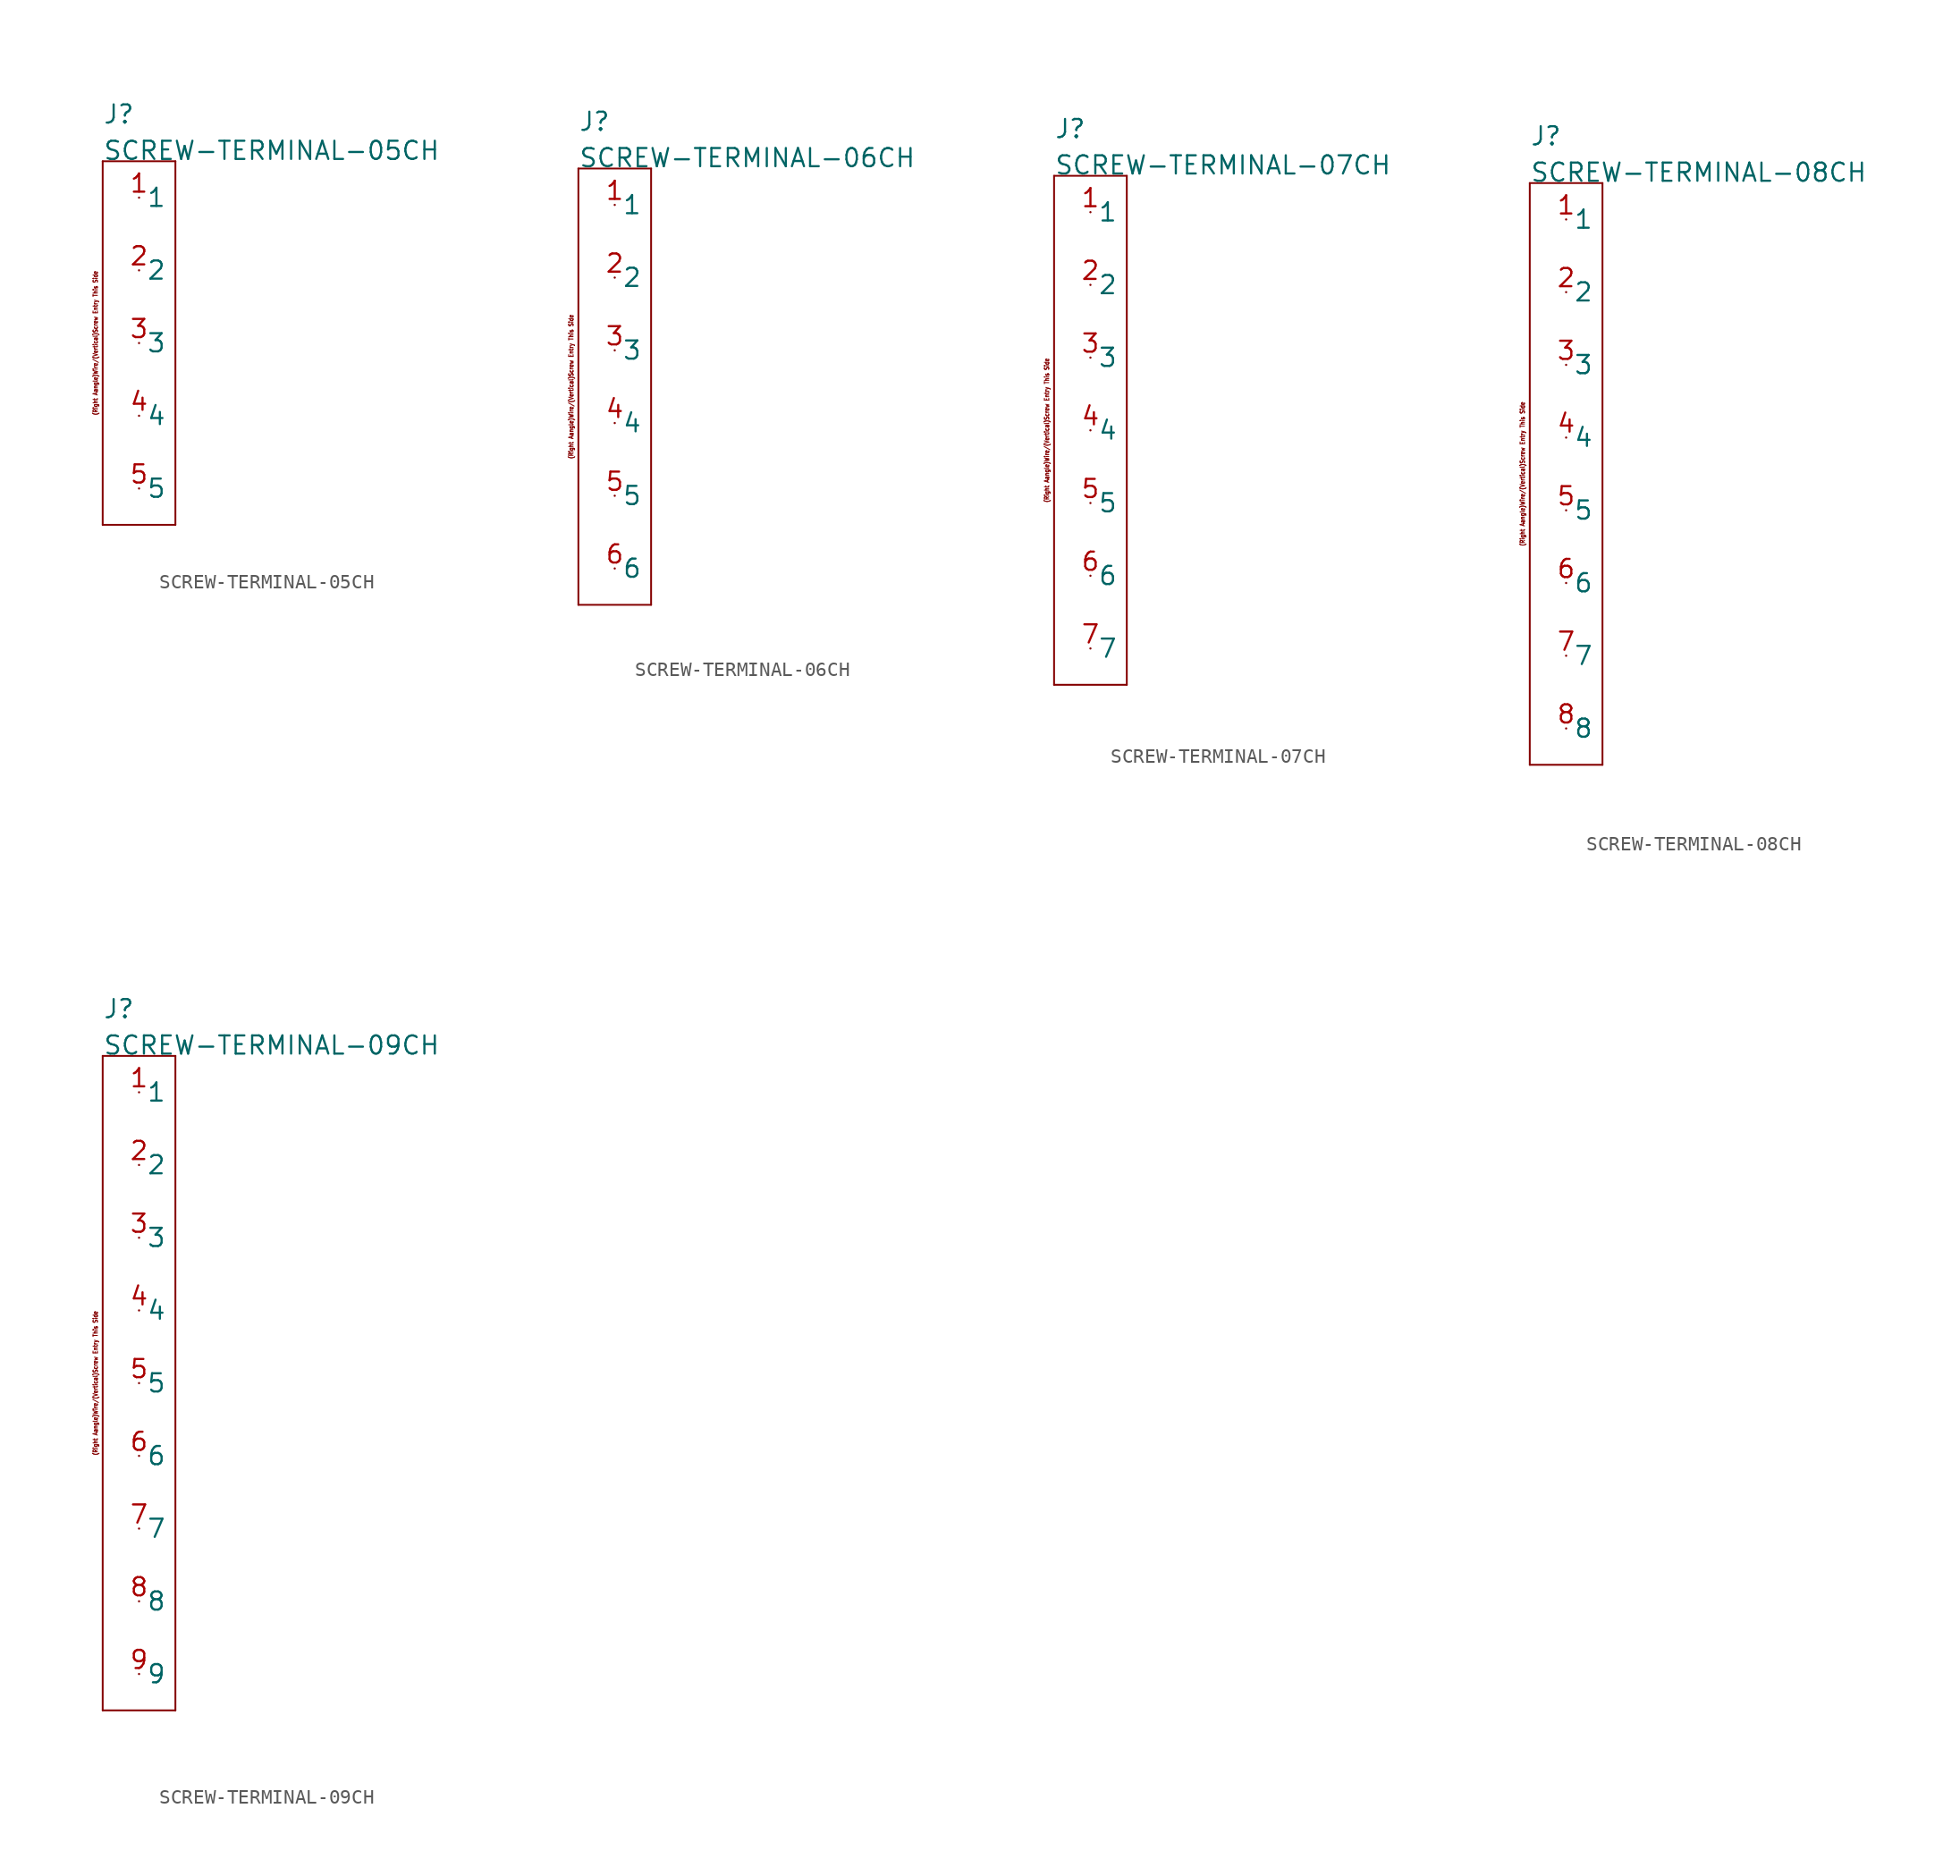
<source format=kicad_sym>
(kicad_symbol_lib
  (version 20211014)
  (generator kicad_symbol_editor)
  (symbol "SCREW-TERMINAL-05CH"
    (pin_names)
    (property "Reference" "J"
      (at -2.54 15.24 0)
      (effects (font (size 1.27 1.27)) (justify left bottom)))
    (property "Value" "SCREW-TERMINAL-05CH"
      (at -2.54 12.7 0)
      (effects (font (size 1.27 1.27)) (justify left bottom)))
    (property "Datasheet" ""
      (at 0 0 0))
    (property "ki_description" " Screw Terminal 1x5  - 5 Position Screw Terminal "
      (at 0 0 0))
    (property "ki_fp_filters" "FlashPCB_Connectors:PHX-1935190-THT-RA-5MM-5CH FlashPCB_Connectors:TE-282834-5-THT-RA-2_54MM-5CH"
      (at 0 0 0))
    (symbol "SCREW-TERMINAL-05CH_1_1"
      (text "(Right Aangle)Wire/(Vertical)Screw Entry This Side" (at -3.048 0 900) (effects (font (size 0.305 0.261))))
      (polyline (pts (xy -2.54 12.7) (xy 2.54 12.7)) (stroke (width 0.127)) (fill (type none)))
      (polyline (pts (xy 2.54 12.7) (xy 2.54 -12.7)) (stroke (width 0.127)) (fill (type none)))
      (polyline (pts (xy 2.54 -12.7) (xy -2.54 -12.7)) (stroke (width 0.127)) (fill (type none)))
      (polyline (pts (xy -2.54 -12.7) (xy -2.54 12.7)) (stroke (width 0.127)) (fill (type none)))
      (pin bidirectional line (at 0 10.16 0) (length 0) (name "1" (effects (font (size 1.27 1.27)))) (number "1" (effects (font (size 1.27 1.27)))))
      (pin bidirectional line (at 0 5.08 0) (length 0) (name "2" (effects (font (size 1.27 1.27)))) (number "2" (effects (font (size 1.27 1.27)))))
      (pin bidirectional line (at 0 0 0) (length 0) (name "3" (effects (font (size 1.27 1.27)))) (number "3" (effects (font (size 1.27 1.27)))))
      (pin bidirectional line (at 0 -5.08 0) (length 0) (name "4" (effects (font (size 1.27 1.27)))) (number "4" (effects (font (size 1.27 1.27)))))
      (pin bidirectional line (at 0 -10.16 0) (length 0) (name "5" (effects (font (size 1.27 1.27)))) (number "5" (effects (font (size 1.27 1.27)))))))
  (symbol "SCREW-TERMINAL-06CH"
    (pin_names)
    (property "Reference" "J"
      (at -2.54 17.78 0)
      (effects (font (size 1.27 1.27)) (justify left bottom)))
    (property "Value" "SCREW-TERMINAL-06CH"
      (at -2.54 15.24 0)
      (effects (font (size 1.27 1.27)) (justify left bottom)))
    (property "Datasheet" ""
      (at 0 0 0))
    (property "ki_description" " Screw Terminal 1x6  - 6 Position Screw Terminal "
      (at 0 0 0))
    (property "ki_fp_filters" "FlashPCB_Connectors:PHX-1935200-THT-RA-5MM-6CH FlashPCB_Connectors:TE-282834-6-THT-RA-2_54MM-6CH"
      (at 0 0 0))
    (symbol "SCREW-TERMINAL-06CH_1_1"
      (text "(Right Aangle)Wire/(Vertical)Screw Entry This Side" (at -3.048 0 900) (effects (font (size 0.305 0.261))))
      (polyline (pts (xy -2.54 15.24) (xy 2.54 15.24)) (stroke (width 0.127)) (fill (type none)))
      (polyline (pts (xy 2.54 15.24) (xy 2.54 -15.24)) (stroke (width 0.127)) (fill (type none)))
      (polyline (pts (xy 2.54 -15.24) (xy -2.54 -15.24)) (stroke (width 0.127)) (fill (type none)))
      (polyline (pts (xy -2.54 -15.24) (xy -2.54 15.24)) (stroke (width 0.127)) (fill (type none)))
      (pin bidirectional line (at 0 12.7 0) (length 0) (name "1" (effects (font (size 1.27 1.27)))) (number "1" (effects (font (size 1.27 1.27)))))
      (pin bidirectional line (at 0 7.62 0) (length 0) (name "2" (effects (font (size 1.27 1.27)))) (number "2" (effects (font (size 1.27 1.27)))))
      (pin bidirectional line (at 0 2.54 0) (length 0) (name "3" (effects (font (size 1.27 1.27)))) (number "3" (effects (font (size 1.27 1.27)))))
      (pin bidirectional line (at 0 -2.54 0) (length 0) (name "4" (effects (font (size 1.27 1.27)))) (number "4" (effects (font (size 1.27 1.27)))))
      (pin bidirectional line (at 0 -7.62 0) (length 0) (name "5" (effects (font (size 1.27 1.27)))) (number "5" (effects (font (size 1.27 1.27)))))
      (pin bidirectional line (at 0 -12.7 0) (length 0) (name "6" (effects (font (size 1.27 1.27)))) (number "6" (effects (font (size 1.27 1.27)))))))
  (symbol "SCREW-TERMINAL-07CH"
    (pin_names)
    (property "Reference" "J"
      (at -2.54 20.32 0)
      (effects (font (size 1.27 1.27)) (justify left bottom)))
    (property "Value" "SCREW-TERMINAL-07CH"
      (at -2.54 17.78 0)
      (effects (font (size 1.27 1.27)) (justify left bottom)))
    (property "Datasheet" ""
      (at 0 0 0))
    (property "ki_description" " Screw Terminal 1x7  - 7 Position Screw Terminal "
      (at 0 0 0))
    (property "ki_fp_filters" "FlashPCB_Connectors:PHX-1935213-THT-RA-5MM-7CH FlashPCB_Connectors:TE-282834-7-THT-RA-2_54MM-7CH"
      (at 0 0 0))
    (symbol "SCREW-TERMINAL-07CH_1_1"
      (text "(Right Aangle)Wire/(Vertical)Screw Entry This Side" (at -3.048 0 900) (effects (font (size 0.305 0.261))))
      (polyline (pts (xy -2.54 17.78) (xy 2.54 17.78)) (stroke (width 0.127)) (fill (type none)))
      (polyline (pts (xy 2.54 17.78) (xy 2.54 -17.78)) (stroke (width 0.127)) (fill (type none)))
      (polyline (pts (xy 2.54 -17.78) (xy -2.54 -17.78)) (stroke (width 0.127)) (fill (type none)))
      (polyline (pts (xy -2.54 -17.78) (xy -2.54 17.78)) (stroke (width 0.127)) (fill (type none)))
      (pin bidirectional line (at 0 15.24 0) (length 0) (name "1" (effects (font (size 1.27 1.27)))) (number "1" (effects (font (size 1.27 1.27)))))
      (pin bidirectional line (at 0 10.16 0) (length 0) (name "2" (effects (font (size 1.27 1.27)))) (number "2" (effects (font (size 1.27 1.27)))))
      (pin bidirectional line (at 0 5.08 0) (length 0) (name "3" (effects (font (size 1.27 1.27)))) (number "3" (effects (font (size 1.27 1.27)))))
      (pin bidirectional line (at 0 0 0) (length 0) (name "4" (effects (font (size 1.27 1.27)))) (number "4" (effects (font (size 1.27 1.27)))))
      (pin bidirectional line (at 0 -5.08 0) (length 0) (name "5" (effects (font (size 1.27 1.27)))) (number "5" (effects (font (size 1.27 1.27)))))
      (pin bidirectional line (at 0 -10.16 0) (length 0) (name "6" (effects (font (size 1.27 1.27)))) (number "6" (effects (font (size 1.27 1.27)))))
      (pin bidirectional line (at 0 -15.24 0) (length 0) (name "7" (effects (font (size 1.27 1.27)))) (number "7" (effects (font (size 1.27 1.27)))))))
  (symbol "SCREW-TERMINAL-08CH"
    (pin_names)
    (property "Reference" "J"
      (at -2.54 22.86 0)
      (effects (font (size 1.27 1.27)) (justify left bottom)))
    (property "Value" "SCREW-TERMINAL-08CH"
      (at -2.54 20.32 0)
      (effects (font (size 1.27 1.27)) (justify left bottom)))
    (property "Datasheet" ""
      (at 0 0 0))
    (property "ki_description" " Screw Terminal 1x8  - 8 Position Screw Terminal "
      (at 0 0 0))
    (property "ki_fp_filters" "FlashPCB_Connectors:PHX-1935226-THT-RA-5MM-8CH FlashPCB_Connectors:TE-282834-8-THT-RA-2_54MM-8CH"
      (at 0 0 0))
    (symbol "SCREW-TERMINAL-08CH_1_1"
      (text "(Right Aangle)Wire/(Vertical)Screw Entry This Side" (at -3.048 0 900) (effects (font (size 0.305 0.261))))
      (polyline (pts (xy -2.54 20.32) (xy 2.54 20.32)) (stroke (width 0.127)) (fill (type none)))
      (polyline (pts (xy 2.54 20.32) (xy 2.54 -20.32)) (stroke (width 0.127)) (fill (type none)))
      (polyline (pts (xy 2.54 -20.32) (xy -2.54 -20.32)) (stroke (width 0.127)) (fill (type none)))
      (polyline (pts (xy -2.54 -20.32) (xy -2.54 20.32)) (stroke (width 0.127)) (fill (type none)))
      (pin bidirectional line (at 0 17.78 0) (length 0) (name "1" (effects (font (size 1.27 1.27)))) (number "1" (effects (font (size 1.27 1.27)))))
      (pin bidirectional line (at 0 12.7 0) (length 0) (name "2" (effects (font (size 1.27 1.27)))) (number "2" (effects (font (size 1.27 1.27)))))
      (pin bidirectional line (at 0 7.62 0) (length 0) (name "3" (effects (font (size 1.27 1.27)))) (number "3" (effects (font (size 1.27 1.27)))))
      (pin bidirectional line (at 0 2.54 0) (length 0) (name "4" (effects (font (size 1.27 1.27)))) (number "4" (effects (font (size 1.27 1.27)))))
      (pin bidirectional line (at 0 -2.54 0) (length 0) (name "5" (effects (font (size 1.27 1.27)))) (number "5" (effects (font (size 1.27 1.27)))))
      (pin bidirectional line (at 0 -7.62 0) (length 0) (name "6" (effects (font (size 1.27 1.27)))) (number "6" (effects (font (size 1.27 1.27)))))
      (pin bidirectional line (at 0 -12.7 0) (length 0) (name "7" (effects (font (size 1.27 1.27)))) (number "7" (effects (font (size 1.27 1.27)))))
      (pin bidirectional line (at 0 -17.78 0) (length 0) (name "8" (effects (font (size 1.27 1.27)))) (number "8" (effects (font (size 1.27 1.27)))))))
  (symbol "SCREW-TERMINAL-09CH"
    (pin_names)
    (property "Reference" "J"
      (at -2.54 25.4 0)
      (effects (font (size 1.27 1.27)) (justify left bottom)))
    (property "Value" "SCREW-TERMINAL-09CH"
      (at -2.54 22.86 0)
      (effects (font (size 1.27 1.27)) (justify left bottom)))
    (property "Datasheet" ""
      (at 0 0 0))
    (property "ki_description" " Screw Terminal 1x9  - 9 Position Screw Terminal "
      (at 0 0 0))
    (property "ki_fp_filters" "FlashPCB_Connectors:PHX-1935239-THT-RA-5MM-9CH FlashPCB_Connectors:TE-282834-9-THT-RA-2_54MM-9CH"
      (at 0 0 0))
    (symbol "SCREW-TERMINAL-09CH_1_1"
      (text "(Right Aangle)Wire/(Vertical)Screw Entry This Side" (at -3.048 0 900) (effects (font (size 0.305 0.261))))
      (polyline (pts (xy -2.54 22.86) (xy 2.54 22.86)) (stroke (width 0.127)) (fill (type none)))
      (polyline (pts (xy 2.54 22.86) (xy 2.54 -22.86)) (stroke (width 0.127)) (fill (type none)))
      (polyline (pts (xy 2.54 -22.86) (xy -2.54 -22.86)) (stroke (width 0.127)) (fill (type none)))
      (polyline (pts (xy -2.54 -22.86) (xy -2.54 22.86)) (stroke (width 0.127)) (fill (type none)))
      (pin bidirectional line (at 0 20.32 0) (length 0) (name "1" (effects (font (size 1.27 1.27)))) (number "1" (effects (font (size 1.27 1.27)))))
      (pin bidirectional line (at 0 15.24 0) (length 0) (name "2" (effects (font (size 1.27 1.27)))) (number "2" (effects (font (size 1.27 1.27)))))
      (pin bidirectional line (at 0 10.16 0) (length 0) (name "3" (effects (font (size 1.27 1.27)))) (number "3" (effects (font (size 1.27 1.27)))))
      (pin bidirectional line (at 0 5.08 0) (length 0) (name "4" (effects (font (size 1.27 1.27)))) (number "4" (effects (font (size 1.27 1.27)))))
      (pin bidirectional line (at 0 0 0) (length 0) (name "5" (effects (font (size 1.27 1.27)))) (number "5" (effects (font (size 1.27 1.27)))))
      (pin bidirectional line (at 0 -5.08 0) (length 0) (name "6" (effects (font (size 1.27 1.27)))) (number "6" (effects (font (size 1.27 1.27)))))
      (pin bidirectional line (at 0 -10.16 0) (length 0) (name "7" (effects (font (size 1.27 1.27)))) (number "7" (effects (font (size 1.27 1.27)))))
      (pin bidirectional line (at 0 -15.24 0) (length 0) (name "8" (effects (font (size 1.27 1.27)))) (number "8" (effects (font (size 1.27 1.27)))))
      (pin bidirectional line (at 0 -20.32 0) (length 0) (name "9" (effects (font (size 1.27 1.27)))) (number "9" (effects (font (size 1.27 1.27))))))))
</source>
